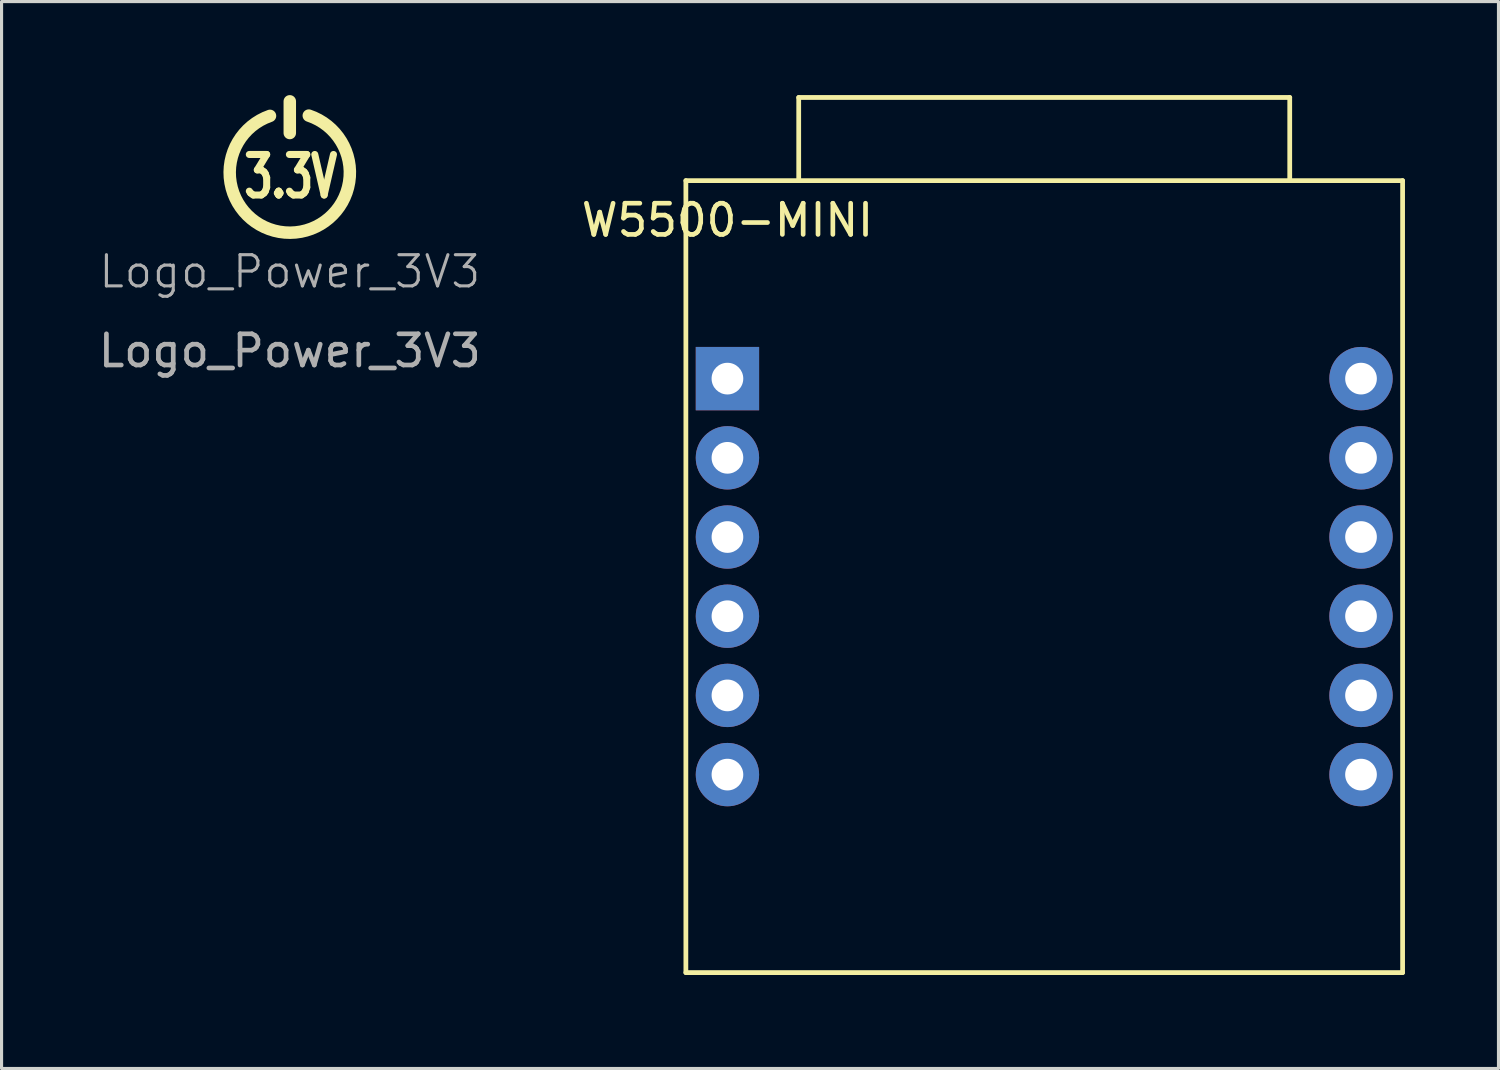
<source format=kicad_pcb>
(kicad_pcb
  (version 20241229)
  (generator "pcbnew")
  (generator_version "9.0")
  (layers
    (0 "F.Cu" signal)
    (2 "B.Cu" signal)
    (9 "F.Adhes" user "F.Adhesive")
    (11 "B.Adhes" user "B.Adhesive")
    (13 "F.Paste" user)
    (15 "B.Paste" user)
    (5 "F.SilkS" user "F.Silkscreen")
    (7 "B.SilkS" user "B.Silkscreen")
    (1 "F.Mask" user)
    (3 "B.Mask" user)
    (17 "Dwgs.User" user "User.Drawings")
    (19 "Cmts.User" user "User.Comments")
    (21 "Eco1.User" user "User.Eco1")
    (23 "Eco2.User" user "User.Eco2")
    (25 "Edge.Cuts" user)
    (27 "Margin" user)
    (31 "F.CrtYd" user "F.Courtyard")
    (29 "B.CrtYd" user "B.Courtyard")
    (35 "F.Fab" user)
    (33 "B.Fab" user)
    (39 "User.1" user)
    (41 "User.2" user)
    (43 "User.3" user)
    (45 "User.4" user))
  (footprint "Logo_Power_3V3"
    (layer "F.Cu")
    (at 6.244 2.486)
    (property "Reference" "Logo_Power_3V3" (at 0 3.175 0) (unlocked yes) (layer "F.Fab") (effects (font (size 1 1) (thickness 0.1))))
    (attr smd)
    (fp_line (start 0 -2.286) (end 0 -1.27) (stroke (width 0.4) (type default)) (layer "F.SilkS"))
    (fp_arc (start 0.609456 -1.82837) (mid 0.013495 1.927222) (end -0.635 -1.819656) (stroke (width 0.4) (type default)) (layer "F.SilkS"))
    (fp_text user "3.3V" (at -1.575 0.889 0) (unlocked yes) (layer "F.SilkS") (effects (font (size 1.3 0.9) (thickness 0.225) (bold yes)) (justify left bottom)))
    (fp_text user "${REFERENCE}" (at 0 5.715 0) (unlocked yes) (layer "F.Fab") (effects (font (size 1 1) (thickness 0.15)))))
  (footprint "W5500-MINI"
    (layer "F.Cu")
    (at 20.28 9.093)
    (property "Reference" "W5500-MINI" (at 0 -5.08 180) (layer "F.SilkS") (effects (font (size 1 1) (thickness 0.15))))
    (attr through_hole)
    (fp_line (start -1.333 -6.35) (end -1.333 19.05) (stroke (width 0.152) (type solid)) (layer "F.SilkS"))
    (fp_line (start -1.333 -6.35) (end 21.654 -6.35) (stroke (width 0.152) (type solid)) (layer "F.SilkS"))
    (fp_line (start -1.333 19.05) (end 21.654 19.05) (stroke (width 0.152) (type solid)) (layer "F.SilkS"))
    (fp_line (start 2.286 -6.35) (end 2.286 -9.017) (stroke (width 0.152) (type solid)) (layer "F.SilkS"))
    (fp_line (start 18.034 -9.017) (end 2.286 -9.017) (stroke (width 0.152) (type solid)) (layer "F.SilkS"))
    (fp_line (start 18.034 -6.35) (end 18.034 -9.017) (stroke (width 0.152) (type solid)) (layer "F.SilkS"))
    (fp_line (start 21.654 -6.35) (end 21.654 19.05) (stroke (width 0.152) (type solid)) (layer "F.SilkS"))
    (pad "1" thru_hole rect (at 0 0) (size 2.032 2.032) (drill 1.016) (layers "*.Cu" "*.Mask"))
    (pad "2" thru_hole circle (at 0 2.54) (size 2.032 2.032) (drill 1.016) (layers "*.Cu" "*.Mask"))
    (pad "3" thru_hole circle (at 0 5.08) (size 2.032 2.032) (drill 1.016) (layers "*.Cu" "*.Mask"))
    (pad "4" thru_hole circle (at 0 7.62) (size 2.032 2.032) (drill 1.016) (layers "*.Cu" "*.Mask"))
    (pad "5" thru_hole circle (at 0 10.16) (size 2.032 2.032) (drill 1.016) (layers "*.Cu" "*.Mask"))
    (pad "6" thru_hole circle (at 0 12.7) (size 2.032 2.032) (drill 1.016) (layers "*.Cu" "*.Mask"))
    (pad "7" thru_hole circle (at 20.32 12.7) (size 2.032 2.032) (drill 1.016) (layers "*.Cu" "*.Mask"))
    (pad "8" thru_hole circle (at 20.32 10.16) (size 2.032 2.032) (drill 1.016) (layers "*.Cu" "*.Mask"))
    (pad "9" thru_hole circle (at 20.32 7.62) (size 2.032 2.032) (drill 1.016) (layers "*.Cu" "*.Mask"))
    (pad "10" thru_hole circle (at 20.32 5.08) (size 2.032 2.032) (drill 1.016) (layers "*.Cu" "*.Mask"))
    (pad "11" thru_hole circle (at 20.32 2.54) (size 2.032 2.032) (drill 1.016) (layers "*.Cu" "*.Mask"))
    (pad "12" thru_hole circle (at 20.32 0) (size 2.032 2.032) (drill 1.016) (layers "*.Cu" "*.Mask")))
  (gr_rect
    (start -3 -3)
    (end 45.009 31.219)
    (stroke (width 0.1) (type default))
    (fill no)
    (layer "Edge.Cuts")))
</source>
